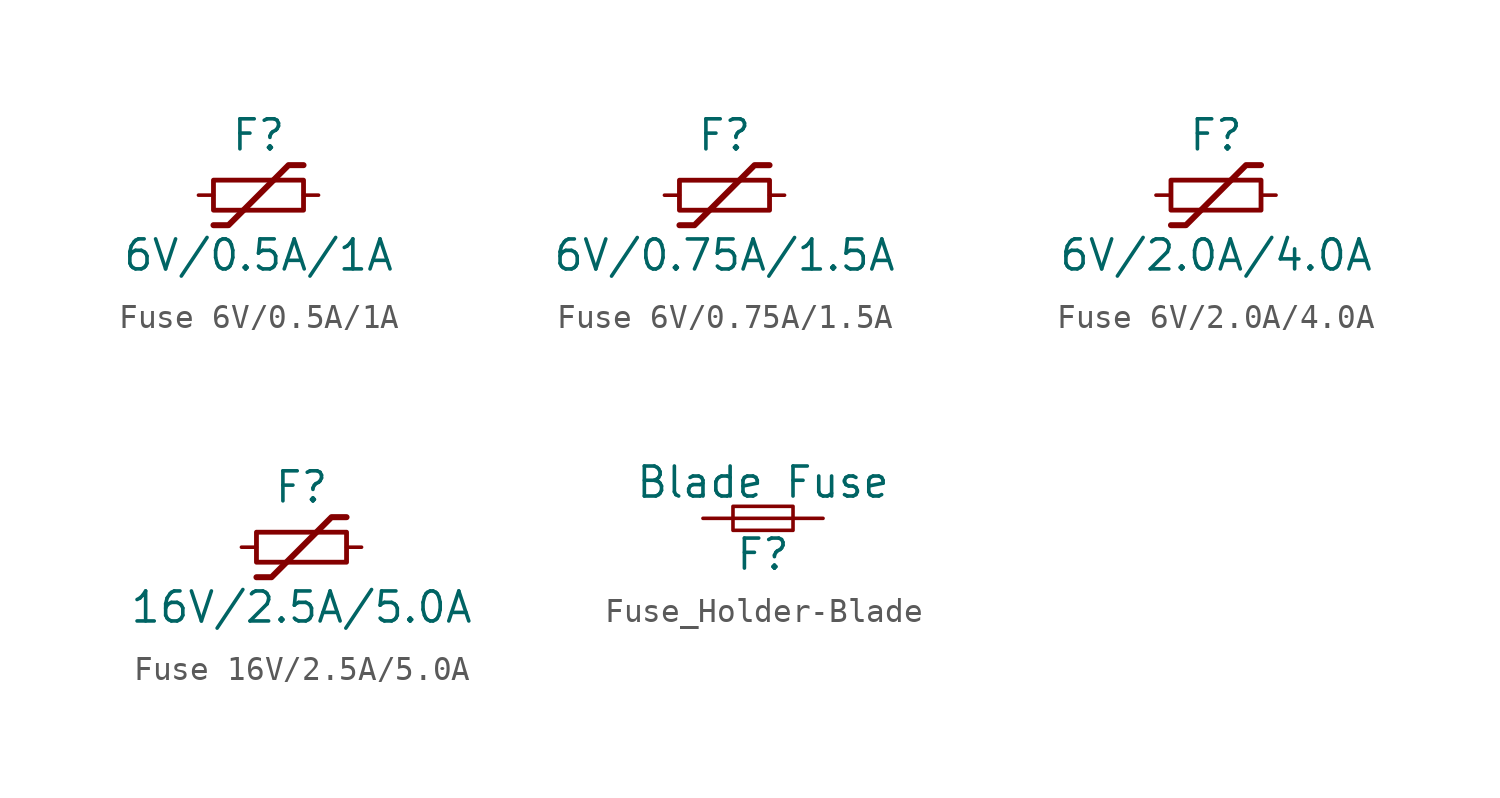
<source format=kicad_sym>
(kicad_symbol_lib
  (version 20231120)
  (generator "kicad_symbol_editor")
  (generator_version "8.0")
  (symbol "Fuse 6V/0.5A/1A"
    (pin_numbers hide)
    (pin_names
      (offset 0))
    (property "Reference" "F"
      (at 0 2.54 0)
      (effects (font (size 1.27 1.27))))
    (property "Value" "6V/0.5A/1A"
      (at 0 -2.54 0)
      (effects (font (size 1.27 1.27))))
    (symbol "Fuse 6V/0.5A/1A_0_1"
      (rectangle (start -1.905 0.635) (end 1.905 -0.635) (stroke (width 0.203) (type default)) (fill (type none)))
      (polyline (pts (xy -1.905 -1.27) (xy -1.27 -1.27) (xy 1.27 1.27) (xy 1.905 1.27)) (stroke (width 0.254) (type default)) (fill (type none))))
    (symbol "Fuse 6V/0.5A/1A_1_1"
      (pin passive line (at -2.54 0 0) (length 0.635) (name "~" (effects (font (size 1.27 1.27)))) (number "1" (effects (font (size 1.27 1.27)))))
      (pin passive line (at 2.54 0 180) (length 0.635) (name "~" (effects (font (size 1.27 1.27)))) (number "2" (effects (font (size 1.27 1.27)))))))
  (symbol "Fuse 6V/0.75A/1.5A"
    (pin_numbers hide)
    (pin_names
      (offset 0))
    (property "Reference" "F"
      (at 0 2.54 0)
      (effects (font (size 1.27 1.27))))
    (property "Value" "6V/0.75A/1.5A"
      (at 0 -2.54 0)
      (effects (font (size 1.27 1.27))))
    (symbol "Fuse 6V/0.75A/1.5A_0_1"
      (rectangle (start -1.905 0.635) (end 1.905 -0.635) (stroke (width 0.203) (type default)) (fill (type none)))
      (polyline (pts (xy -1.905 -1.27) (xy -1.27 -1.27) (xy 1.27 1.27) (xy 1.905 1.27)) (stroke (width 0.254) (type default)) (fill (type none))))
    (symbol "Fuse 6V/0.75A/1.5A_1_1"
      (pin passive line (at -2.54 0 0) (length 0.635) (name "~" (effects (font (size 1.27 1.27)))) (number "1" (effects (font (size 1.27 1.27)))))
      (pin passive line (at 2.54 0 180) (length 0.635) (name "~" (effects (font (size 1.27 1.27)))) (number "2" (effects (font (size 1.27 1.27)))))))
  (symbol "Fuse 6V/2.0A/4.0A"
    (pin_numbers hide)
    (pin_names
      (offset 0))
    (property "Reference" "F"
      (at 0 2.54 0)
      (effects (font (size 1.27 1.27))))
    (property "Value" "6V/2.0A/4.0A"
      (at 0 -2.54 0)
      (effects (font (size 1.27 1.27))))
    (symbol "Fuse 6V/2.0A/4.0A_0_1"
      (rectangle (start -1.905 0.635) (end 1.905 -0.635) (stroke (width 0.203) (type default)) (fill (type none)))
      (polyline (pts (xy -1.905 -1.27) (xy -1.27 -1.27) (xy 1.27 1.27) (xy 1.905 1.27)) (stroke (width 0.254) (type default)) (fill (type none))))
    (symbol "Fuse 6V/2.0A/4.0A_1_1"
      (pin passive line (at -2.54 0 0) (length 0.635) (name "~" (effects (font (size 1.27 1.27)))) (number "1" (effects (font (size 1.27 1.27)))))
      (pin passive line (at 2.54 0 180) (length 0.635) (name "~" (effects (font (size 1.27 1.27)))) (number "2" (effects (font (size 1.27 1.27)))))))
  (symbol "Fuse 16V/2.5A/5.0A"
    (pin_numbers hide)
    (pin_names
      (offset 0))
    (property "Reference" "F"
      (at 0 2.54 0)
      (effects (font (size 1.27 1.27))))
    (property "Value" "16V/2.5A/5.0A"
      (at 0 -2.54 0)
      (effects (font (size 1.27 1.27))))
    (symbol "Fuse 16V/2.5A/5.0A_0_1"
      (rectangle (start -1.905 0.635) (end 1.905 -0.635) (stroke (width 0.203) (type default)) (fill (type none)))
      (polyline (pts (xy -1.905 -1.27) (xy -1.27 -1.27) (xy 1.27 1.27) (xy 1.905 1.27)) (stroke (width 0.254) (type default)) (fill (type none))))
    (symbol "Fuse 16V/2.5A/5.0A_1_1"
      (pin passive line (at -2.54 0 0) (length 0.635) (name "~" (effects (font (size 1.27 1.27)))) (number "1" (effects (font (size 1.27 1.27)))))
      (pin passive line (at 2.54 0 180) (length 0.635) (name "~" (effects (font (size 1.27 1.27)))) (number "2" (effects (font (size 1.27 1.27)))))))
  (symbol "Fuse_Holder-Blade"
    (pin_numbers hide)
    (pin_names
      (offset 0.254) hide)
    (property "Reference" "F"
      (at 0 -1.524 0)
      (effects (font (size 1.27 1.27))))
    (property "Value" "Blade Fuse"
      (at 0 1.524 0)
      (effects (font (size 1.27 1.27))))
    (property "PROD_ID" ""
      (at 0 0 0)
      (effects (font (size 1.27 1.27))))
    (symbol "Fuse_Holder-Blade_0_1"
      (rectangle (start -1.27 0.508) (end 1.27 -0.508) (stroke (width 0) (type default)) (fill (type none)))
      (polyline (pts (xy -1.27 0) (xy 1.27 0)) (stroke (width 0) (type default)) (fill (type none))))
    (symbol "Fuse_Holder-Blade_1_1"
      (pin passive line (at -2.54 0 0) (length 1.27) (name "~" (effects (font (size 1.27 1.27)))) (number "1" (effects (font (size 1.27 1.27)))))
      (pin passive line (at 2.54 0 180) (length 1.27) (name "~" (effects (font (size 1.27 1.27)))) (number "2" (effects (font (size 1.27 1.27))))))))
</source>
